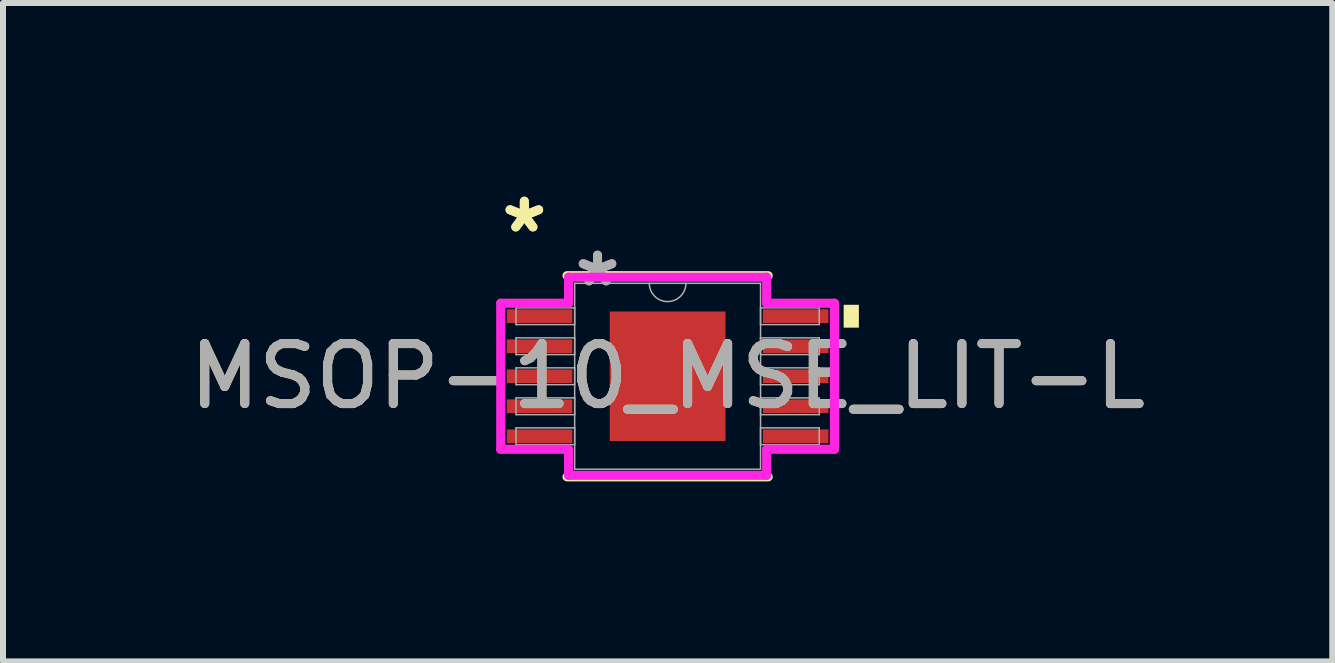
<source format=kicad_pcb>
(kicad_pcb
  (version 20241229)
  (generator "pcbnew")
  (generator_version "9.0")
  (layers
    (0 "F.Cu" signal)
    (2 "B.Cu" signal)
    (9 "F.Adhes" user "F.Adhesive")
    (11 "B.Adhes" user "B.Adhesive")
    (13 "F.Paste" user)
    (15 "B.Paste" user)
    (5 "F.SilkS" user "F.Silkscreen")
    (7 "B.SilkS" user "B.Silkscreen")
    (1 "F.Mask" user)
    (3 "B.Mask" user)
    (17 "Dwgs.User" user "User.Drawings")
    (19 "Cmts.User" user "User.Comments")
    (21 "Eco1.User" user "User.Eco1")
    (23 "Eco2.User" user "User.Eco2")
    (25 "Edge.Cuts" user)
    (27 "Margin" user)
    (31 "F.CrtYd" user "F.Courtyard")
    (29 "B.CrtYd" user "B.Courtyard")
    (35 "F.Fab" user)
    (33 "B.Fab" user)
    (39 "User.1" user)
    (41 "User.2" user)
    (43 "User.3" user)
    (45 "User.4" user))
  (footprint "MSOP-10_MSE_LIT-L"
    (layer "F.Cu")
    (at 8.077 3.221)
    (property "Reference" "MSOP-10_MSE_LIT-L" (at 0 0 0) (unlocked yes) (layer "F.SilkS") (effects (font (size 1 1) (thickness 0.15))))
    (attr smd)
    (fp_line (start -1.676 1.676) (end 1.676 1.676) (stroke (width 0.152) (type solid)) (layer "F.SilkS"))
    (fp_line (start 1.676 -1.676) (end -1.676 -1.676) (stroke (width 0.152) (type solid)) (layer "F.SilkS"))
    (fp_poly (pts (xy 3.188 -1.191) (xy 3.188 -0.81) (xy 2.934 -0.81) (xy 2.934 -1.191)) (stroke (width 0) (type solid)) (fill yes) (layer "F.SilkS"))
    (fp_line (start -2.781 -1.217) (end -1.651 -1.217) (stroke (width 0.152) (type solid)) (layer "F.CrtYd"))
    (fp_line (start -2.781 1.217) (end -2.781 -1.217) (stroke (width 0.152) (type solid)) (layer "F.CrtYd"))
    (fp_line (start -2.781 1.217) (end -1.651 1.217) (stroke (width 0.152) (type solid)) (layer "F.CrtYd"))
    (fp_line (start -1.651 -1.651) (end 1.651 -1.651) (stroke (width 0.152) (type solid)) (layer "F.CrtYd"))
    (fp_line (start -1.651 -1.217) (end -1.651 -1.651) (stroke (width 0.152) (type solid)) (layer "F.CrtYd"))
    (fp_line (start -1.651 1.651) (end -1.651 1.217) (stroke (width 0.152) (type solid)) (layer "F.CrtYd"))
    (fp_line (start 1.651 -1.651) (end 1.651 -1.217) (stroke (width 0.152) (type solid)) (layer "F.CrtYd"))
    (fp_line (start 1.651 1.217) (end 1.651 1.651) (stroke (width 0.152) (type solid)) (layer "F.CrtYd"))
    (fp_line (start 1.651 1.651) (end -1.651 1.651) (stroke (width 0.152) (type solid)) (layer "F.CrtYd"))
    (fp_line (start 2.781 -1.217) (end 1.651 -1.217) (stroke (width 0.152) (type solid)) (layer "F.CrtYd"))
    (fp_line (start 2.781 -1.217) (end 2.781 1.217) (stroke (width 0.152) (type solid)) (layer "F.CrtYd"))
    (fp_line (start 2.781 1.217) (end 1.651 1.217) (stroke (width 0.152) (type solid)) (layer "F.CrtYd"))
    (fp_line (start -2.527 -1.14) (end -2.527 -0.861) (stroke (width 0.025) (type solid)) (layer "F.Fab"))
    (fp_line (start -2.527 -0.861) (end -1.549 -0.861) (stroke (width 0.025) (type solid)) (layer "F.Fab"))
    (fp_line (start -2.527 -0.64) (end -2.527 -0.361) (stroke (width 0.025) (type solid)) (layer "F.Fab"))
    (fp_line (start -2.527 -0.361) (end -1.549 -0.361) (stroke (width 0.025) (type solid)) (layer "F.Fab"))
    (fp_line (start -2.527 -0.14) (end -2.527 0.14) (stroke (width 0.025) (type solid)) (layer "F.Fab"))
    (fp_line (start -2.527 0.14) (end -1.549 0.14) (stroke (width 0.025) (type solid)) (layer "F.Fab"))
    (fp_line (start -2.527 0.361) (end -2.527 0.64) (stroke (width 0.025) (type solid)) (layer "F.Fab"))
    (fp_line (start -2.527 0.64) (end -1.549 0.64) (stroke (width 0.025) (type solid)) (layer "F.Fab"))
    (fp_line (start -2.527 0.861) (end -2.527 1.14) (stroke (width 0.025) (type solid)) (layer "F.Fab"))
    (fp_line (start -2.527 1.14) (end -1.549 1.14) (stroke (width 0.025) (type solid)) (layer "F.Fab"))
    (fp_line (start -1.549 -1.549) (end -1.549 1.549) (stroke (width 0.025) (type solid)) (layer "F.Fab"))
    (fp_line (start -1.549 -1.14) (end -2.527 -1.14) (stroke (width 0.025) (type solid)) (layer "F.Fab"))
    (fp_line (start -1.549 -0.861) (end -1.549 -1.14) (stroke (width 0.025) (type solid)) (layer "F.Fab"))
    (fp_line (start -1.549 -0.64) (end -2.527 -0.64) (stroke (width 0.025) (type solid)) (layer "F.Fab"))
    (fp_line (start -1.549 -0.361) (end -1.549 -0.64) (stroke (width 0.025) (type solid)) (layer "F.Fab"))
    (fp_line (start -1.549 -0.14) (end -2.527 -0.14) (stroke (width 0.025) (type solid)) (layer "F.Fab"))
    (fp_line (start -1.549 0.14) (end -1.549 -0.14) (stroke (width 0.025) (type solid)) (layer "F.Fab"))
    (fp_line (start -1.549 0.361) (end -2.527 0.361) (stroke (width 0.025) (type solid)) (layer "F.Fab"))
    (fp_line (start -1.549 0.64) (end -1.549 0.361) (stroke (width 0.025) (type solid)) (layer "F.Fab"))
    (fp_line (start -1.549 0.861) (end -2.527 0.861) (stroke (width 0.025) (type solid)) (layer "F.Fab"))
    (fp_line (start -1.549 1.14) (end -1.549 0.861) (stroke (width 0.025) (type solid)) (layer "F.Fab"))
    (fp_line (start -1.549 1.549) (end 1.549 1.549) (stroke (width 0.025) (type solid)) (layer "F.Fab"))
    (fp_line (start 1.549 -1.549) (end -1.549 -1.549) (stroke (width 0.025) (type solid)) (layer "F.Fab"))
    (fp_line (start 1.549 -1.14) (end 1.549 -0.861) (stroke (width 0.025) (type solid)) (layer "F.Fab"))
    (fp_line (start 1.549 -0.861) (end 2.527 -0.861) (stroke (width 0.025) (type solid)) (layer "F.Fab"))
    (fp_line (start 1.549 -0.64) (end 1.549 -0.361) (stroke (width 0.025) (type solid)) (layer "F.Fab"))
    (fp_line (start 1.549 -0.361) (end 2.527 -0.361) (stroke (width 0.025) (type solid)) (layer "F.Fab"))
    (fp_line (start 1.549 -0.14) (end 1.549 0.14) (stroke (width 0.025) (type solid)) (layer "F.Fab"))
    (fp_line (start 1.549 0.14) (end 2.527 0.14) (stroke (width 0.025) (type solid)) (layer "F.Fab"))
    (fp_line (start 1.549 0.361) (end 1.549 0.64) (stroke (width 0.025) (type solid)) (layer "F.Fab"))
    (fp_line (start 1.549 0.64) (end 2.527 0.64) (stroke (width 0.025) (type solid)) (layer "F.Fab"))
    (fp_line (start 1.549 0.861) (end 1.549 1.14) (stroke (width 0.025) (type solid)) (layer "F.Fab"))
    (fp_line (start 1.549 1.14) (end 2.527 1.14) (stroke (width 0.025) (type solid)) (layer "F.Fab"))
    (fp_line (start 1.549 1.549) (end 1.549 -1.549) (stroke (width 0.025) (type solid)) (layer "F.Fab"))
    (fp_line (start 2.527 -1.14) (end 1.549 -1.14) (stroke (width 0.025) (type solid)) (layer "F.Fab"))
    (fp_line (start 2.527 -0.861) (end 2.527 -1.14) (stroke (width 0.025) (type solid)) (layer "F.Fab"))
    (fp_line (start 2.527 -0.64) (end 1.549 -0.64) (stroke (width 0.025) (type solid)) (layer "F.Fab"))
    (fp_line (start 2.527 -0.361) (end 2.527 -0.64) (stroke (width 0.025) (type solid)) (layer "F.Fab"))
    (fp_line (start 2.527 -0.14) (end 1.549 -0.14) (stroke (width 0.025) (type solid)) (layer "F.Fab"))
    (fp_line (start 2.527 0.14) (end 2.527 -0.14) (stroke (width 0.025) (type solid)) (layer "F.Fab"))
    (fp_line (start 2.527 0.361) (end 1.549 0.361) (stroke (width 0.025) (type solid)) (layer "F.Fab"))
    (fp_line (start 2.527 0.64) (end 2.527 0.361) (stroke (width 0.025) (type solid)) (layer "F.Fab"))
    (fp_line (start 2.527 0.861) (end 1.549 0.861) (stroke (width 0.025) (type solid)) (layer "F.Fab"))
    (fp_line (start 2.527 1.14) (end 2.527 0.861) (stroke (width 0.025) (type solid)) (layer "F.Fab"))
    (fp_arc (start 0.3048 -1.5494) (mid 0 -1.2446) (end -0.3048 -1.5494) (stroke (width 0.0254) (type solid)) (layer "F.Fab"))
    (fp_text user "*" (at -2.388 -2.372 0) (unlocked yes) (layer "F.SilkS") (effects (font (size 1 1) (thickness 0.15))))
    (fp_text user "*" (at -2.388 -2.372 0) (layer "F.SilkS") (effects (font (size 1 1) (thickness 0.15))))
    (fp_text user "*" (at -1.168 -1.473 0) (layer "F.Fab") (effects (font (size 1 1) (thickness 0.15))))
    (fp_text user "${REFERENCE}" (at 0 0 0) (unlocked yes) (layer "F.Fab") (effects (font (size 1 1) (thickness 0.15))))
    (fp_text user "*" (at -1.168 -1.473 0) (unlocked yes) (layer "F.Fab") (effects (font (size 1 1) (thickness 0.15))))
    (pad "1" smd rect (at -2.134 -1.001) (size 1.092 0.229) (layers "F.Cu" "F.Mask" "F.Paste"))
    (pad "2" smd rect (at -2.134 -0.5) (size 1.092 0.229) (layers "F.Cu" "F.Mask" "F.Paste"))
    (pad "3" smd rect (at -2.134 0) (size 1.092 0.229) (layers "F.Cu" "F.Mask" "F.Paste"))
    (pad "4" smd rect (at -2.134 0.5) (size 1.092 0.229) (layers "F.Cu" "F.Mask" "F.Paste"))
    (pad "5" smd rect (at -2.134 1.001) (size 1.092 0.229) (layers "F.Cu" "F.Mask" "F.Paste"))
    (pad "6" smd rect (at 2.134 1.001) (size 1.092 0.229) (layers "F.Cu" "F.Mask" "F.Paste"))
    (pad "7" smd rect (at 2.134 0.5) (size 1.092 0.229) (layers "F.Cu" "F.Mask" "F.Paste"))
    (pad "8" smd rect (at 2.134 0) (size 1.092 0.229) (layers "F.Cu" "F.Mask" "F.Paste"))
    (pad "9" smd rect (at 2.134 -0.5) (size 1.092 0.229) (layers "F.Cu" "F.Mask" "F.Paste"))
    (pad "10" smd rect (at 2.134 -1.001) (size 1.092 0.229) (layers "F.Cu" "F.Mask" "F.Paste"))
    (pad "EPAD" smd rect (at 0 0) (size 1.93 2.159) (layers "F.Cu" "F.Mask" "F.Paste")))
  (gr_rect
    (start -3 -3)
    (end 19.155 7.973)
    (stroke (width 0.1) (type default))
    (fill no)
    (layer "Edge.Cuts")))
</source>
